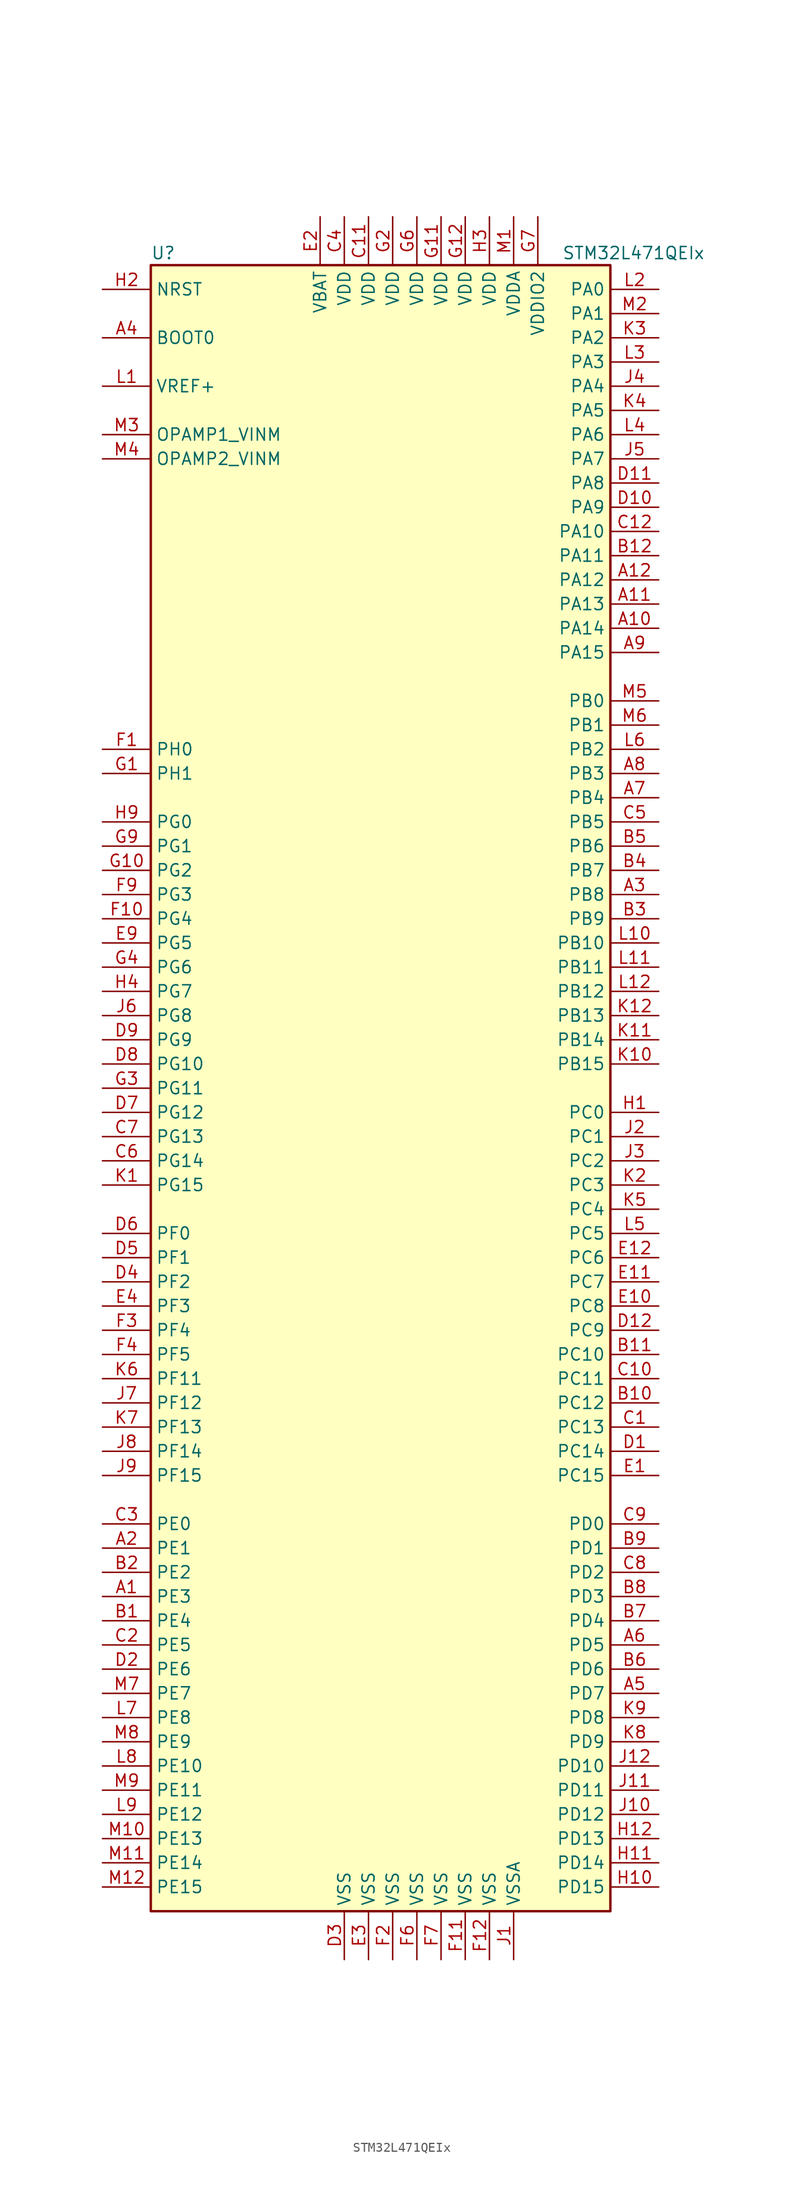
<source format=kicad_sym>
(kicad_symbol_lib
  (version 20220914)
  (generator kicad_symbol_editor)
  (symbol "STM32L471QEIx"
    (property "Reference" "U"
      (at -25.4 87.63 0)
      (effects (font (size 1.27 1.27)) (justify left)))
    (property "Value" "STM32L471QEIx"
      (at 17.78 87.63 0)
      (effects (font (size 1.27 1.27)) (justify left)))
    (symbol "STM32L471QEIx_0_1"
      (rectangle (start -25.4 -86.36) (end 22.86 86.36) (stroke (width 0.254) (type default)) (fill (type background))))
    (symbol "STM32L471QEIx_1_1"
      (pin bidirectional line (at -30.48 -53.34 0) (length 5.08) (name "PE3" (effects (font (size 1.27 1.27)))) (number "A1" (effects (font (size 1.27 1.27)))))
      (pin bidirectional line (at 27.94 48.26 180) (length 5.08) (name "PA14" (effects (font (size 1.27 1.27)))) (number "A10" (effects (font (size 1.27 1.27)))))
      (pin bidirectional line (at 27.94 50.8 180) (length 5.08) (name "PA13" (effects (font (size 1.27 1.27)))) (number "A11" (effects (font (size 1.27 1.27)))))
      (pin bidirectional line (at 27.94 53.34 180) (length 5.08) (name "PA12" (effects (font (size 1.27 1.27)))) (number "A12" (effects (font (size 1.27 1.27)))))
      (pin bidirectional line (at -30.48 -48.26 0) (length 5.08) (name "PE1" (effects (font (size 1.27 1.27)))) (number "A2" (effects (font (size 1.27 1.27)))))
      (pin bidirectional line (at 27.94 20.32 180) (length 5.08) (name "PB8" (effects (font (size 1.27 1.27)))) (number "A3" (effects (font (size 1.27 1.27)))))
      (pin input line (at -30.48 78.74 0) (length 5.08) (name "BOOT0" (effects (font (size 1.27 1.27)))) (number "A4" (effects (font (size 1.27 1.27)))))
      (pin bidirectional line (at 27.94 -63.5 180) (length 5.08) (name "PD7" (effects (font (size 1.27 1.27)))) (number "A5" (effects (font (size 1.27 1.27)))))
      (pin bidirectional line (at 27.94 -58.42 180) (length 5.08) (name "PD5" (effects (font (size 1.27 1.27)))) (number "A6" (effects (font (size 1.27 1.27)))))
      (pin bidirectional line (at 27.94 30.48 180) (length 5.08) (name "PB4" (effects (font (size 1.27 1.27)))) (number "A7" (effects (font (size 1.27 1.27)))))
      (pin bidirectional line (at 27.94 33.02 180) (length 5.08) (name "PB3" (effects (font (size 1.27 1.27)))) (number "A8" (effects (font (size 1.27 1.27)))))
      (pin bidirectional line (at 27.94 45.72 180) (length 5.08) (name "PA15" (effects (font (size 1.27 1.27)))) (number "A9" (effects (font (size 1.27 1.27)))))
      (pin bidirectional line (at -30.48 -55.88 0) (length 5.08) (name "PE4" (effects (font (size 1.27 1.27)))) (number "B1" (effects (font (size 1.27 1.27)))))
      (pin bidirectional line (at 27.94 -33.02 180) (length 5.08) (name "PC12" (effects (font (size 1.27 1.27)))) (number "B10" (effects (font (size 1.27 1.27)))))
      (pin bidirectional line (at 27.94 -27.94 180) (length 5.08) (name "PC10" (effects (font (size 1.27 1.27)))) (number "B11" (effects (font (size 1.27 1.27)))))
      (pin bidirectional line (at 27.94 55.88 180) (length 5.08) (name "PA11" (effects (font (size 1.27 1.27)))) (number "B12" (effects (font (size 1.27 1.27)))))
      (pin bidirectional line (at -30.48 -50.8 0) (length 5.08) (name "PE2" (effects (font (size 1.27 1.27)))) (number "B2" (effects (font (size 1.27 1.27)))))
      (pin bidirectional line (at 27.94 17.78 180) (length 5.08) (name "PB9" (effects (font (size 1.27 1.27)))) (number "B3" (effects (font (size 1.27 1.27)))))
      (pin bidirectional line (at 27.94 22.86 180) (length 5.08) (name "PB7" (effects (font (size 1.27 1.27)))) (number "B4" (effects (font (size 1.27 1.27)))))
      (pin bidirectional line (at 27.94 25.4 180) (length 5.08) (name "PB6" (effects (font (size 1.27 1.27)))) (number "B5" (effects (font (size 1.27 1.27)))))
      (pin bidirectional line (at 27.94 -60.96 180) (length 5.08) (name "PD6" (effects (font (size 1.27 1.27)))) (number "B6" (effects (font (size 1.27 1.27)))))
      (pin bidirectional line (at 27.94 -55.88 180) (length 5.08) (name "PD4" (effects (font (size 1.27 1.27)))) (number "B7" (effects (font (size 1.27 1.27)))))
      (pin bidirectional line (at 27.94 -53.34 180) (length 5.08) (name "PD3" (effects (font (size 1.27 1.27)))) (number "B8" (effects (font (size 1.27 1.27)))))
      (pin bidirectional line (at 27.94 -48.26 180) (length 5.08) (name "PD1" (effects (font (size 1.27 1.27)))) (number "B9" (effects (font (size 1.27 1.27)))))
      (pin bidirectional line (at 27.94 -35.56 180) (length 5.08) (name "PC13" (effects (font (size 1.27 1.27)))) (number "C1" (effects (font (size 1.27 1.27)))))
      (pin bidirectional line (at 27.94 -30.48 180) (length 5.08) (name "PC11" (effects (font (size 1.27 1.27)))) (number "C10" (effects (font (size 1.27 1.27)))))
      (pin power_in line (at -2.54 91.44 270) (length 5.08) (name "VDD" (effects (font (size 1.27 1.27)))) (number "C11" (effects (font (size 1.27 1.27)))))
      (pin bidirectional line (at 27.94 58.42 180) (length 5.08) (name "PA10" (effects (font (size 1.27 1.27)))) (number "C12" (effects (font (size 1.27 1.27)))))
      (pin bidirectional line (at -30.48 -58.42 0) (length 5.08) (name "PE5" (effects (font (size 1.27 1.27)))) (number "C2" (effects (font (size 1.27 1.27)))))
      (pin bidirectional line (at -30.48 -45.72 0) (length 5.08) (name "PE0" (effects (font (size 1.27 1.27)))) (number "C3" (effects (font (size 1.27 1.27)))))
      (pin power_in line (at -5.08 91.44 270) (length 5.08) (name "VDD" (effects (font (size 1.27 1.27)))) (number "C4" (effects (font (size 1.27 1.27)))))
      (pin bidirectional line (at 27.94 27.94 180) (length 5.08) (name "PB5" (effects (font (size 1.27 1.27)))) (number "C5" (effects (font (size 1.27 1.27)))))
      (pin bidirectional line (at -30.48 -7.62 0) (length 5.08) (name "PG14" (effects (font (size 1.27 1.27)))) (number "C6" (effects (font (size 1.27 1.27)))))
      (pin bidirectional line (at -30.48 -5.08 0) (length 5.08) (name "PG13" (effects (font (size 1.27 1.27)))) (number "C7" (effects (font (size 1.27 1.27)))))
      (pin bidirectional line (at 27.94 -50.8 180) (length 5.08) (name "PD2" (effects (font (size 1.27 1.27)))) (number "C8" (effects (font (size 1.27 1.27)))))
      (pin bidirectional line (at 27.94 -45.72 180) (length 5.08) (name "PD0" (effects (font (size 1.27 1.27)))) (number "C9" (effects (font (size 1.27 1.27)))))
      (pin bidirectional line (at 27.94 -38.1 180) (length 5.08) (name "PC14" (effects (font (size 1.27 1.27)))) (number "D1" (effects (font (size 1.27 1.27)))))
      (pin bidirectional line (at 27.94 60.96 180) (length 5.08) (name "PA9" (effects (font (size 1.27 1.27)))) (number "D10" (effects (font (size 1.27 1.27)))))
      (pin bidirectional line (at 27.94 63.5 180) (length 5.08) (name "PA8" (effects (font (size 1.27 1.27)))) (number "D11" (effects (font (size 1.27 1.27)))))
      (pin bidirectional line (at 27.94 -25.4 180) (length 5.08) (name "PC9" (effects (font (size 1.27 1.27)))) (number "D12" (effects (font (size 1.27 1.27)))))
      (pin bidirectional line (at -30.48 -60.96 0) (length 5.08) (name "PE6" (effects (font (size 1.27 1.27)))) (number "D2" (effects (font (size 1.27 1.27)))))
      (pin power_in line (at -5.08 -91.44 90) (length 5.08) (name "VSS" (effects (font (size 1.27 1.27)))) (number "D3" (effects (font (size 1.27 1.27)))))
      (pin bidirectional line (at -30.48 -20.32 0) (length 5.08) (name "PF2" (effects (font (size 1.27 1.27)))) (number "D4" (effects (font (size 1.27 1.27)))))
      (pin bidirectional line (at -30.48 -17.78 0) (length 5.08) (name "PF1" (effects (font (size 1.27 1.27)))) (number "D5" (effects (font (size 1.27 1.27)))))
      (pin bidirectional line (at -30.48 -15.24 0) (length 5.08) (name "PF0" (effects (font (size 1.27 1.27)))) (number "D6" (effects (font (size 1.27 1.27)))))
      (pin bidirectional line (at -30.48 -2.54 0) (length 5.08) (name "PG12" (effects (font (size 1.27 1.27)))) (number "D7" (effects (font (size 1.27 1.27)))))
      (pin bidirectional line (at -30.48 2.54 0) (length 5.08) (name "PG10" (effects (font (size 1.27 1.27)))) (number "D8" (effects (font (size 1.27 1.27)))))
      (pin bidirectional line (at -30.48 5.08 0) (length 5.08) (name "PG9" (effects (font (size 1.27 1.27)))) (number "D9" (effects (font (size 1.27 1.27)))))
      (pin bidirectional line (at 27.94 -40.64 180) (length 5.08) (name "PC15" (effects (font (size 1.27 1.27)))) (number "E1" (effects (font (size 1.27 1.27)))))
      (pin bidirectional line (at 27.94 -22.86 180) (length 5.08) (name "PC8" (effects (font (size 1.27 1.27)))) (number "E10" (effects (font (size 1.27 1.27)))))
      (pin bidirectional line (at 27.94 -20.32 180) (length 5.08) (name "PC7" (effects (font (size 1.27 1.27)))) (number "E11" (effects (font (size 1.27 1.27)))))
      (pin bidirectional line (at 27.94 -17.78 180) (length 5.08) (name "PC6" (effects (font (size 1.27 1.27)))) (number "E12" (effects (font (size 1.27 1.27)))))
      (pin power_in line (at -7.62 91.44 270) (length 5.08) (name "VBAT" (effects (font (size 1.27 1.27)))) (number "E2" (effects (font (size 1.27 1.27)))))
      (pin power_in line (at -2.54 -91.44 90) (length 5.08) (name "VSS" (effects (font (size 1.27 1.27)))) (number "E3" (effects (font (size 1.27 1.27)))))
      (pin bidirectional line (at -30.48 -22.86 0) (length 5.08) (name "PF3" (effects (font (size 1.27 1.27)))) (number "E4" (effects (font (size 1.27 1.27)))))
      (pin bidirectional line (at -30.48 15.24 0) (length 5.08) (name "PG5" (effects (font (size 1.27 1.27)))) (number "E9" (effects (font (size 1.27 1.27)))))
      (pin input line (at -30.48 35.56 0) (length 5.08) (name "PH0" (effects (font (size 1.27 1.27)))) (number "F1" (effects (font (size 1.27 1.27)))))
      (pin bidirectional line (at -30.48 17.78 0) (length 5.08) (name "PG4" (effects (font (size 1.27 1.27)))) (number "F10" (effects (font (size 1.27 1.27)))))
      (pin power_in line (at 7.62 -91.44 90) (length 5.08) (name "VSS" (effects (font (size 1.27 1.27)))) (number "F11" (effects (font (size 1.27 1.27)))))
      (pin power_in line (at 10.16 -91.44 90) (length 5.08) (name "VSS" (effects (font (size 1.27 1.27)))) (number "F12" (effects (font (size 1.27 1.27)))))
      (pin power_in line (at 0 -91.44 90) (length 5.08) (name "VSS" (effects (font (size 1.27 1.27)))) (number "F2" (effects (font (size 1.27 1.27)))))
      (pin bidirectional line (at -30.48 -25.4 0) (length 5.08) (name "PF4" (effects (font (size 1.27 1.27)))) (number "F3" (effects (font (size 1.27 1.27)))))
      (pin bidirectional line (at -30.48 -27.94 0) (length 5.08) (name "PF5" (effects (font (size 1.27 1.27)))) (number "F4" (effects (font (size 1.27 1.27)))))
      (pin power_in line (at 2.54 -91.44 90) (length 5.08) (name "VSS" (effects (font (size 1.27 1.27)))) (number "F6" (effects (font (size 1.27 1.27)))))
      (pin power_in line (at 5.08 -91.44 90) (length 5.08) (name "VSS" (effects (font (size 1.27 1.27)))) (number "F7" (effects (font (size 1.27 1.27)))))
      (pin bidirectional line (at -30.48 20.32 0) (length 5.08) (name "PG3" (effects (font (size 1.27 1.27)))) (number "F9" (effects (font (size 1.27 1.27)))))
      (pin input line (at -30.48 33.02 0) (length 5.08) (name "PH1" (effects (font (size 1.27 1.27)))) (number "G1" (effects (font (size 1.27 1.27)))))
      (pin bidirectional line (at -30.48 22.86 0) (length 5.08) (name "PG2" (effects (font (size 1.27 1.27)))) (number "G10" (effects (font (size 1.27 1.27)))))
      (pin power_in line (at 5.08 91.44 270) (length 5.08) (name "VDD" (effects (font (size 1.27 1.27)))) (number "G11" (effects (font (size 1.27 1.27)))))
      (pin power_in line (at 7.62 91.44 270) (length 5.08) (name "VDD" (effects (font (size 1.27 1.27)))) (number "G12" (effects (font (size 1.27 1.27)))))
      (pin power_in line (at 0 91.44 270) (length 5.08) (name "VDD" (effects (font (size 1.27 1.27)))) (number "G2" (effects (font (size 1.27 1.27)))))
      (pin bidirectional line (at -30.48 0 0) (length 5.08) (name "PG11" (effects (font (size 1.27 1.27)))) (number "G3" (effects (font (size 1.27 1.27)))))
      (pin bidirectional line (at -30.48 12.7 0) (length 5.08) (name "PG6" (effects (font (size 1.27 1.27)))) (number "G4" (effects (font (size 1.27 1.27)))))
      (pin power_in line (at 2.54 91.44 270) (length 5.08) (name "VDD" (effects (font (size 1.27 1.27)))) (number "G6" (effects (font (size 1.27 1.27)))))
      (pin power_in line (at 15.24 91.44 270) (length 5.08) (name "VDDIO2" (effects (font (size 1.27 1.27)))) (number "G7" (effects (font (size 1.27 1.27)))))
      (pin bidirectional line (at -30.48 25.4 0) (length 5.08) (name "PG1" (effects (font (size 1.27 1.27)))) (number "G9" (effects (font (size 1.27 1.27)))))
      (pin bidirectional line (at 27.94 -2.54 180) (length 5.08) (name "PC0" (effects (font (size 1.27 1.27)))) (number "H1" (effects (font (size 1.27 1.27)))))
      (pin bidirectional line (at 27.94 -83.82 180) (length 5.08) (name "PD15" (effects (font (size 1.27 1.27)))) (number "H10" (effects (font (size 1.27 1.27)))))
      (pin bidirectional line (at 27.94 -81.28 180) (length 5.08) (name "PD14" (effects (font (size 1.27 1.27)))) (number "H11" (effects (font (size 1.27 1.27)))))
      (pin bidirectional line (at 27.94 -78.74 180) (length 5.08) (name "PD13" (effects (font (size 1.27 1.27)))) (number "H12" (effects (font (size 1.27 1.27)))))
      (pin input line (at -30.48 83.82 0) (length 5.08) (name "NRST" (effects (font (size 1.27 1.27)))) (number "H2" (effects (font (size 1.27 1.27)))))
      (pin power_in line (at 10.16 91.44 270) (length 5.08) (name "VDD" (effects (font (size 1.27 1.27)))) (number "H3" (effects (font (size 1.27 1.27)))))
      (pin bidirectional line (at -30.48 10.16 0) (length 5.08) (name "PG7" (effects (font (size 1.27 1.27)))) (number "H4" (effects (font (size 1.27 1.27)))))
      (pin bidirectional line (at -30.48 27.94 0) (length 5.08) (name "PG0" (effects (font (size 1.27 1.27)))) (number "H9" (effects (font (size 1.27 1.27)))))
      (pin power_in line (at 12.7 -91.44 90) (length 5.08) (name "VSSA" (effects (font (size 1.27 1.27)))) (number "J1" (effects (font (size 1.27 1.27)))))
      (pin bidirectional line (at 27.94 -76.2 180) (length 5.08) (name "PD12" (effects (font (size 1.27 1.27)))) (number "J10" (effects (font (size 1.27 1.27)))))
      (pin bidirectional line (at 27.94 -73.66 180) (length 5.08) (name "PD11" (effects (font (size 1.27 1.27)))) (number "J11" (effects (font (size 1.27 1.27)))))
      (pin bidirectional line (at 27.94 -71.12 180) (length 5.08) (name "PD10" (effects (font (size 1.27 1.27)))) (number "J12" (effects (font (size 1.27 1.27)))))
      (pin bidirectional line (at 27.94 -5.08 180) (length 5.08) (name "PC1" (effects (font (size 1.27 1.27)))) (number "J2" (effects (font (size 1.27 1.27)))))
      (pin bidirectional line (at 27.94 -7.62 180) (length 5.08) (name "PC2" (effects (font (size 1.27 1.27)))) (number "J3" (effects (font (size 1.27 1.27)))))
      (pin bidirectional line (at 27.94 73.66 180) (length 5.08) (name "PA4" (effects (font (size 1.27 1.27)))) (number "J4" (effects (font (size 1.27 1.27)))))
      (pin bidirectional line (at 27.94 66.04 180) (length 5.08) (name "PA7" (effects (font (size 1.27 1.27)))) (number "J5" (effects (font (size 1.27 1.27)))))
      (pin bidirectional line (at -30.48 7.62 0) (length 5.08) (name "PG8" (effects (font (size 1.27 1.27)))) (number "J6" (effects (font (size 1.27 1.27)))))
      (pin bidirectional line (at -30.48 -33.02 0) (length 5.08) (name "PF12" (effects (font (size 1.27 1.27)))) (number "J7" (effects (font (size 1.27 1.27)))))
      (pin bidirectional line (at -30.48 -38.1 0) (length 5.08) (name "PF14" (effects (font (size 1.27 1.27)))) (number "J8" (effects (font (size 1.27 1.27)))))
      (pin bidirectional line (at -30.48 -40.64 0) (length 5.08) (name "PF15" (effects (font (size 1.27 1.27)))) (number "J9" (effects (font (size 1.27 1.27)))))
      (pin bidirectional line (at -30.48 -10.16 0) (length 5.08) (name "PG15" (effects (font (size 1.27 1.27)))) (number "K1" (effects (font (size 1.27 1.27)))))
      (pin bidirectional line (at 27.94 2.54 180) (length 5.08) (name "PB15" (effects (font (size 1.27 1.27)))) (number "K10" (effects (font (size 1.27 1.27)))))
      (pin bidirectional line (at 27.94 5.08 180) (length 5.08) (name "PB14" (effects (font (size 1.27 1.27)))) (number "K11" (effects (font (size 1.27 1.27)))))
      (pin bidirectional line (at 27.94 7.62 180) (length 5.08) (name "PB13" (effects (font (size 1.27 1.27)))) (number "K12" (effects (font (size 1.27 1.27)))))
      (pin bidirectional line (at 27.94 -10.16 180) (length 5.08) (name "PC3" (effects (font (size 1.27 1.27)))) (number "K2" (effects (font (size 1.27 1.27)))))
      (pin bidirectional line (at 27.94 78.74 180) (length 5.08) (name "PA2" (effects (font (size 1.27 1.27)))) (number "K3" (effects (font (size 1.27 1.27)))))
      (pin bidirectional line (at 27.94 71.12 180) (length 5.08) (name "PA5" (effects (font (size 1.27 1.27)))) (number "K4" (effects (font (size 1.27 1.27)))))
      (pin bidirectional line (at 27.94 -12.7 180) (length 5.08) (name "PC4" (effects (font (size 1.27 1.27)))) (number "K5" (effects (font (size 1.27 1.27)))))
      (pin bidirectional line (at -30.48 -30.48 0) (length 5.08) (name "PF11" (effects (font (size 1.27 1.27)))) (number "K6" (effects (font (size 1.27 1.27)))))
      (pin bidirectional line (at -30.48 -35.56 0) (length 5.08) (name "PF13" (effects (font (size 1.27 1.27)))) (number "K7" (effects (font (size 1.27 1.27)))))
      (pin bidirectional line (at 27.94 -68.58 180) (length 5.08) (name "PD9" (effects (font (size 1.27 1.27)))) (number "K8" (effects (font (size 1.27 1.27)))))
      (pin bidirectional line (at 27.94 -66.04 180) (length 5.08) (name "PD8" (effects (font (size 1.27 1.27)))) (number "K9" (effects (font (size 1.27 1.27)))))
      (pin bidirectional line (at -30.48 73.66 0) (length 5.08) (name "VREF+" (effects (font (size 1.27 1.27)))) (number "L1" (effects (font (size 1.27 1.27)))))
      (pin bidirectional line (at 27.94 15.24 180) (length 5.08) (name "PB10" (effects (font (size 1.27 1.27)))) (number "L10" (effects (font (size 1.27 1.27)))))
      (pin bidirectional line (at 27.94 12.7 180) (length 5.08) (name "PB11" (effects (font (size 1.27 1.27)))) (number "L11" (effects (font (size 1.27 1.27)))))
      (pin bidirectional line (at 27.94 10.16 180) (length 5.08) (name "PB12" (effects (font (size 1.27 1.27)))) (number "L12" (effects (font (size 1.27 1.27)))))
      (pin bidirectional line (at 27.94 83.82 180) (length 5.08) (name "PA0" (effects (font (size 1.27 1.27)))) (number "L2" (effects (font (size 1.27 1.27)))))
      (pin bidirectional line (at 27.94 76.2 180) (length 5.08) (name "PA3" (effects (font (size 1.27 1.27)))) (number "L3" (effects (font (size 1.27 1.27)))))
      (pin bidirectional line (at 27.94 68.58 180) (length 5.08) (name "PA6" (effects (font (size 1.27 1.27)))) (number "L4" (effects (font (size 1.27 1.27)))))
      (pin bidirectional line (at 27.94 -15.24 180) (length 5.08) (name "PC5" (effects (font (size 1.27 1.27)))) (number "L5" (effects (font (size 1.27 1.27)))))
      (pin bidirectional line (at 27.94 35.56 180) (length 5.08) (name "PB2" (effects (font (size 1.27 1.27)))) (number "L6" (effects (font (size 1.27 1.27)))))
      (pin bidirectional line (at -30.48 -66.04 0) (length 5.08) (name "PE8" (effects (font (size 1.27 1.27)))) (number "L7" (effects (font (size 1.27 1.27)))))
      (pin bidirectional line (at -30.48 -71.12 0) (length 5.08) (name "PE10" (effects (font (size 1.27 1.27)))) (number "L8" (effects (font (size 1.27 1.27)))))
      (pin bidirectional line (at -30.48 -76.2 0) (length 5.08) (name "PE12" (effects (font (size 1.27 1.27)))) (number "L9" (effects (font (size 1.27 1.27)))))
      (pin power_in line (at 12.7 91.44 270) (length 5.08) (name "VDDA" (effects (font (size 1.27 1.27)))) (number "M1" (effects (font (size 1.27 1.27)))))
      (pin bidirectional line (at -30.48 -78.74 0) (length 5.08) (name "PE13" (effects (font (size 1.27 1.27)))) (number "M10" (effects (font (size 1.27 1.27)))))
      (pin bidirectional line (at -30.48 -81.28 0) (length 5.08) (name "PE14" (effects (font (size 1.27 1.27)))) (number "M11" (effects (font (size 1.27 1.27)))))
      (pin bidirectional line (at -30.48 -83.82 0) (length 5.08) (name "PE15" (effects (font (size 1.27 1.27)))) (number "M12" (effects (font (size 1.27 1.27)))))
      (pin bidirectional line (at 27.94 81.28 180) (length 5.08) (name "PA1" (effects (font (size 1.27 1.27)))) (number "M2" (effects (font (size 1.27 1.27)))))
      (pin bidirectional line (at -30.48 68.58 0) (length 5.08) (name "OPAMP1_VINM" (effects (font (size 1.27 1.27)))) (number "M3" (effects (font (size 1.27 1.27)))))
      (pin bidirectional line (at -30.48 66.04 0) (length 5.08) (name "OPAMP2_VINM" (effects (font (size 1.27 1.27)))) (number "M4" (effects (font (size 1.27 1.27)))))
      (pin bidirectional line (at 27.94 40.64 180) (length 5.08) (name "PB0" (effects (font (size 1.27 1.27)))) (number "M5" (effects (font (size 1.27 1.27)))))
      (pin bidirectional line (at 27.94 38.1 180) (length 5.08) (name "PB1" (effects (font (size 1.27 1.27)))) (number "M6" (effects (font (size 1.27 1.27)))))
      (pin bidirectional line (at -30.48 -63.5 0) (length 5.08) (name "PE7" (effects (font (size 1.27 1.27)))) (number "M7" (effects (font (size 1.27 1.27)))))
      (pin bidirectional line (at -30.48 -68.58 0) (length 5.08) (name "PE9" (effects (font (size 1.27 1.27)))) (number "M8" (effects (font (size 1.27 1.27)))))
      (pin bidirectional line (at -30.48 -73.66 0) (length 5.08) (name "PE11" (effects (font (size 1.27 1.27)))) (number "M9" (effects (font (size 1.27 1.27))))))))
</source>
